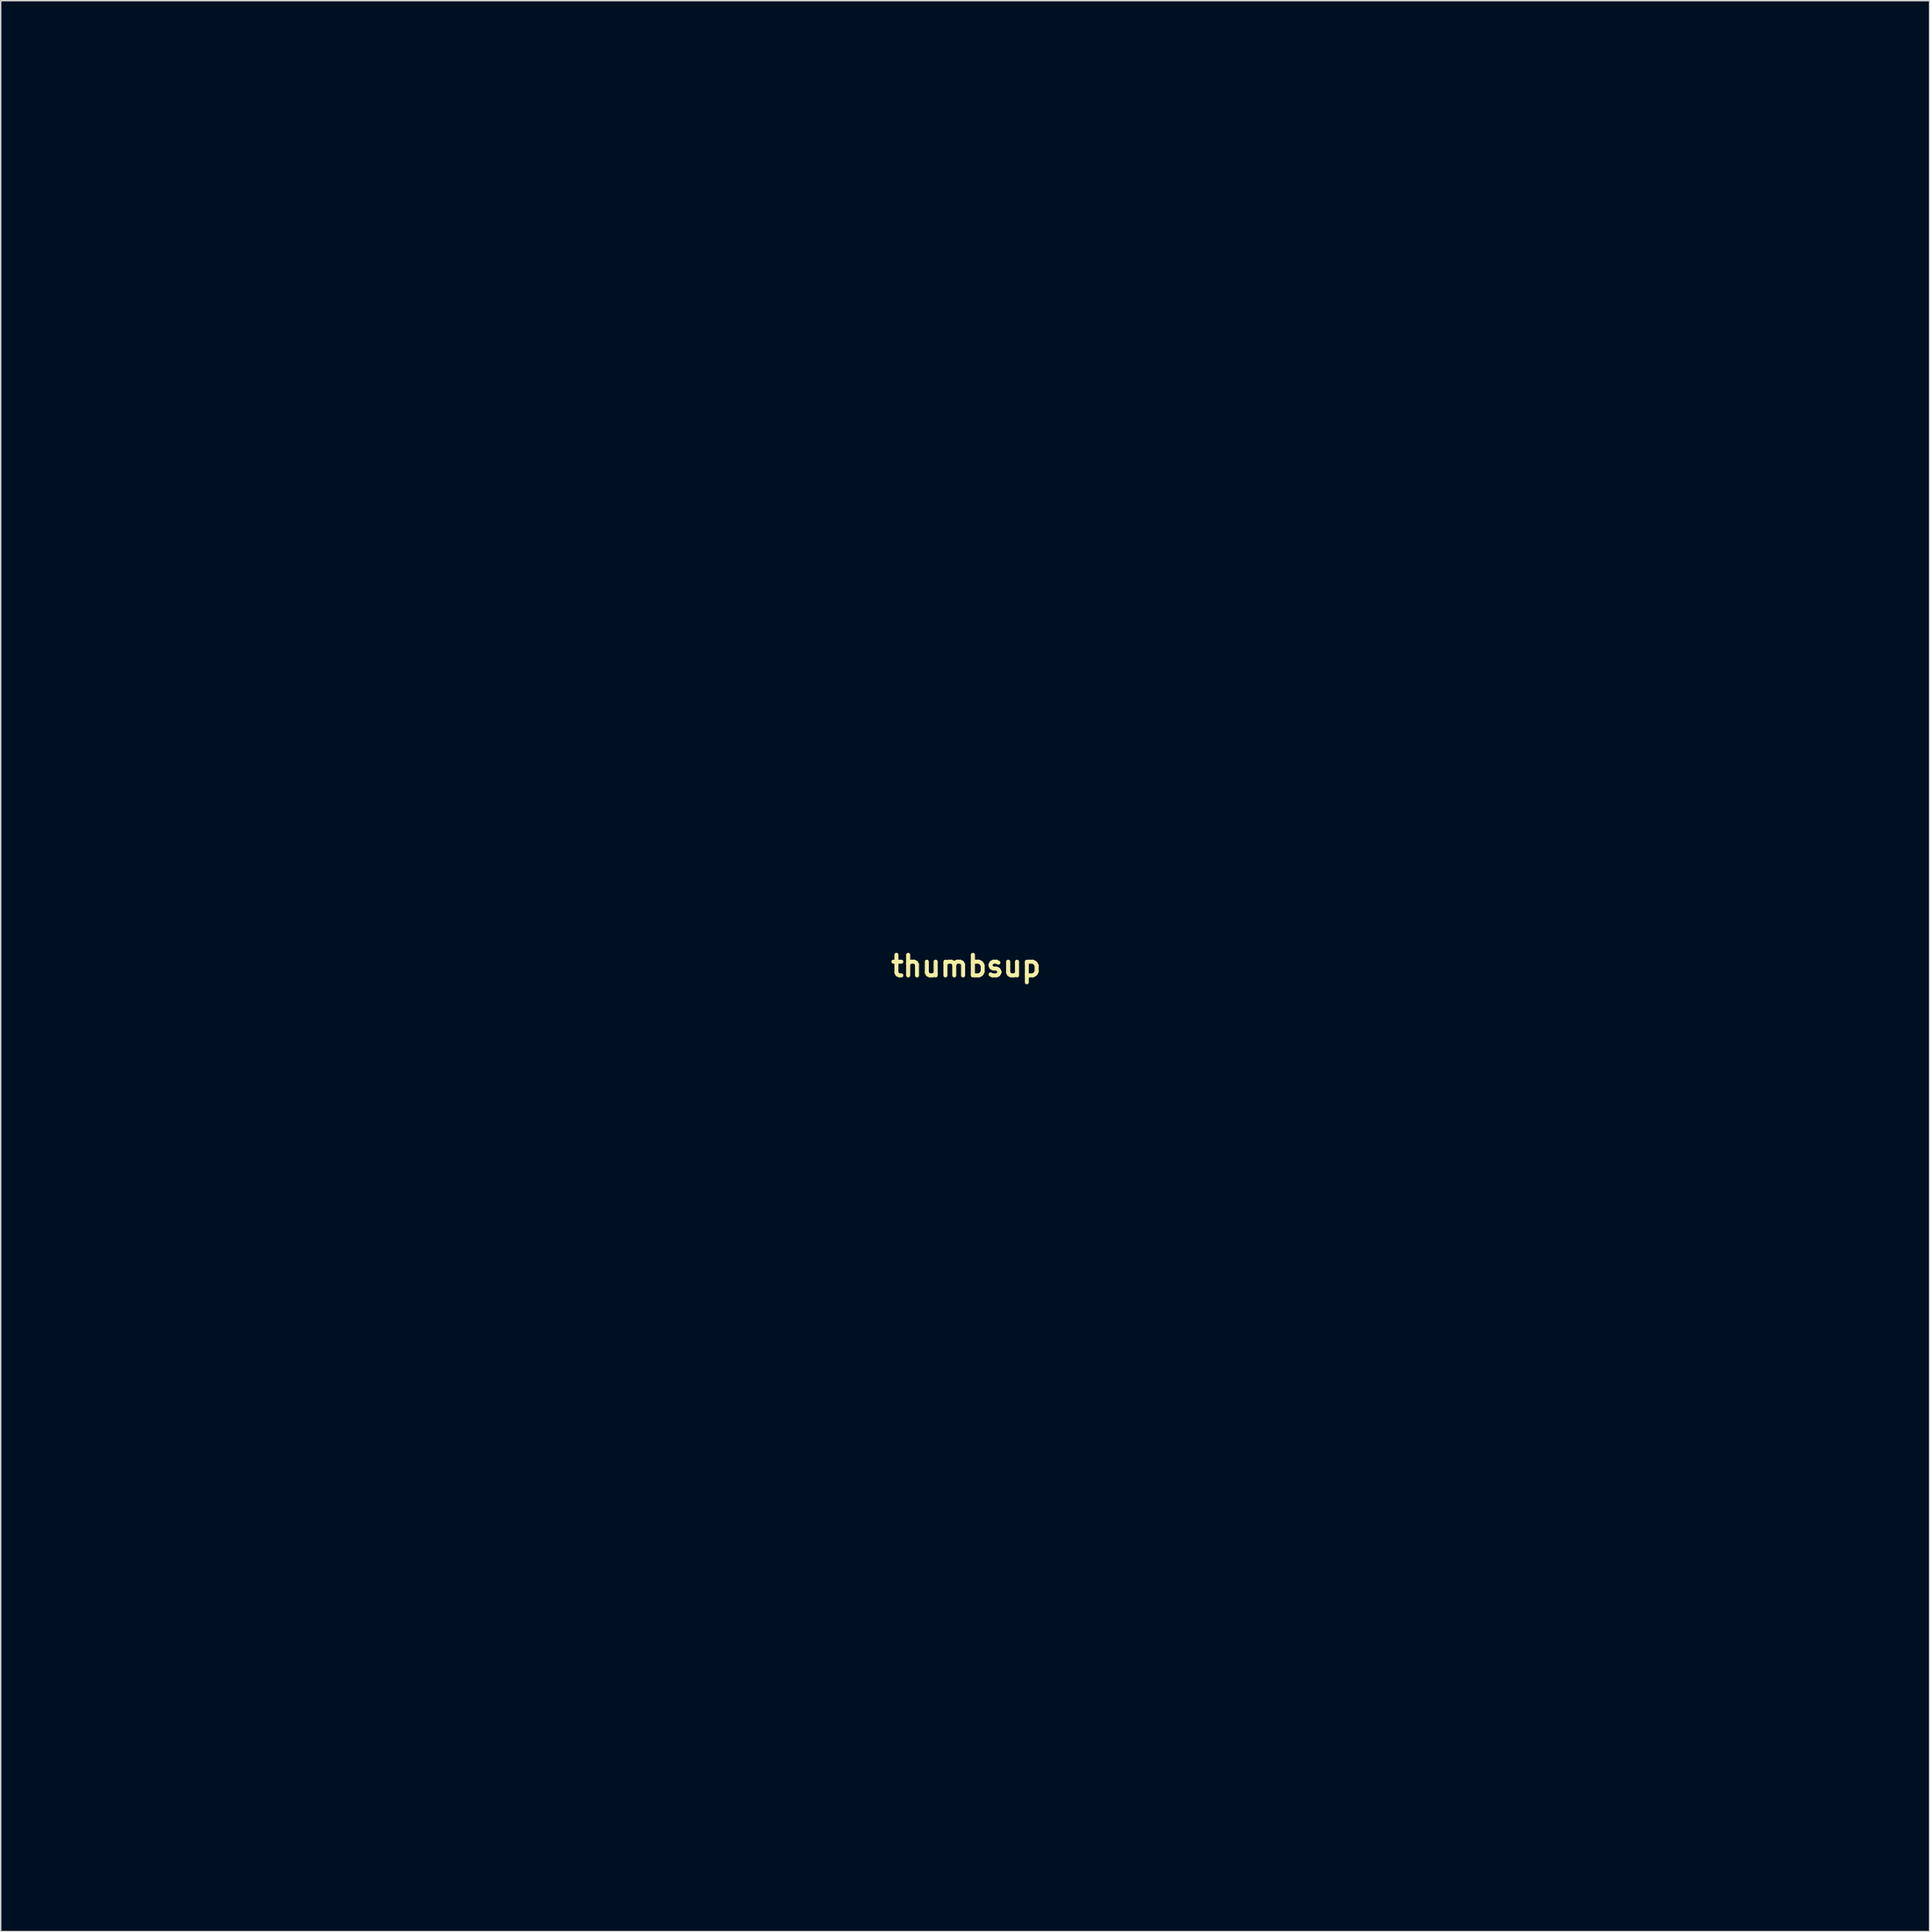
<source format=kicad_pcb>
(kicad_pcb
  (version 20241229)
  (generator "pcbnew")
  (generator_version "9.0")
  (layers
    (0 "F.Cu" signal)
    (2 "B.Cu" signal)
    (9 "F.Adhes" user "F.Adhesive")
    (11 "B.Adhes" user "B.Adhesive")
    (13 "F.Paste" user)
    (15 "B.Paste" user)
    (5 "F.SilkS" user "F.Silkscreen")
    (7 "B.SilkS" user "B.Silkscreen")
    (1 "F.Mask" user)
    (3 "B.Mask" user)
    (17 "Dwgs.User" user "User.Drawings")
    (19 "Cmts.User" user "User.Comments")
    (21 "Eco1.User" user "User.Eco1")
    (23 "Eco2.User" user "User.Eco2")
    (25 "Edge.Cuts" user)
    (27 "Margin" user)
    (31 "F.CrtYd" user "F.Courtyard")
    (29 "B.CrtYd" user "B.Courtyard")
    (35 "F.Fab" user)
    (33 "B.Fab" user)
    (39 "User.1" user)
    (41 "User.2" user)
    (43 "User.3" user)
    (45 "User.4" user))
  (footprint "thumbsup"
    (layer "F.Cu")
    (at 68.451 68.423)
    (property "Reference" "thumbsup" (at 0 0 0) (layer "F.SilkS") (effects (font (size 1.524 1.524) (thickness 0.3))))
    (attr through_hole)
    (fp_poly (pts (xy -47.288 43.011) (xy -45.663 43.678) (xy -44.361 44.74) (xy -43.425 46.154) (xy -42.897 47.879) (xy -42.791 49.196) (xy -43.023 51.081) (xy -43.699 52.72) (xy -44.785 54.06) (xy -46.247 55.048) (xy -46.58 55.198) (xy -47.786 55.507) (xy -49.234 55.599) (xy -50.687 55.478) (xy -51.907 55.147) (xy -52.003 55.105) (xy -53.523 54.126) (xy -54.646 52.804) (xy -55.348 51.177) (xy -55.606 49.286) (xy -55.607 49.138) (xy -55.602 49.104) (xy -51.067 49.104) (xy -50.842 50.072) (xy -50.233 50.76) (xy -49.343 51.062) (xy -49.196 51.067) (xy -48.411 50.886) (xy -47.859 50.533) (xy -47.389 49.746) (xy -47.353 48.893) (xy -47.69 48.112) (xy -48.342 47.543) (xy -49.242 47.324) (xy -50.213 47.536) (xy -50.839 48.137) (xy -51.067 49.076) (xy -51.067 49.104) (xy -55.602 49.104) (xy -55.366 47.245) (xy -54.689 45.63) (xy -53.618 44.335) (xy -52.198 43.404) (xy -50.472 42.88) (xy -49.196 42.779) (xy -47.288 43.011)) (stroke (width 0.01) (type solid)) (fill no) (layer "Eco2.User"))
    (fp_poly (pts (xy 2.213 -68.305) (xy 3.358 -68.052) (xy 6.054 -66.998) (xy 8.643 -65.458) (xy 11.091 -63.472) (xy 13.362 -61.084) (xy 15.423 -58.338) (xy 17.237 -55.274) (xy 18.771 -51.936) (xy 19.99 -48.367) (xy 20.272 -47.324) (xy 20.489 -46.453) (xy 20.657 -45.688) (xy 20.782 -44.944) (xy 20.872 -44.135) (xy 20.93 -43.176) (xy 20.965 -41.98) (xy 20.982 -40.463) (xy 20.988 -38.539) (xy 20.988 -37.432) (xy 20.971 -34.641) (xy 20.919 -32.242) (xy 20.835 -30.273) (xy 20.72 -28.774) (xy 20.636 -28.114) (xy 20.487 -27.088) (xy 20.395 -26.284) (xy 20.374 -25.831) (xy 20.386 -25.779) (xy 20.667 -25.75) (xy 21.426 -25.711) (xy 22.605 -25.663) (xy 24.148 -25.609) (xy 25.997 -25.551) (xy 28.096 -25.49) (xy 30.388 -25.428) (xy 31.3 -25.405) (xy 35.868 -25.281) (xy 39.919 -25.15) (xy 43.469 -25.011) (xy 46.537 -24.864) (xy 49.139 -24.707) (xy 51.293 -24.539) (xy 53.016 -24.36) (xy 54.083 -24.21) (xy 57.169 -23.469) (xy 59.963 -22.315) (xy 62.433 -20.767) (xy 64.548 -18.845) (xy 66.28 -16.567) (xy 66.394 -16.382) (xy 67.075 -15.185) (xy 67.577 -14.092) (xy 67.925 -12.984) (xy 68.146 -11.741) (xy 68.266 -10.244) (xy 68.31 -8.375) (xy 68.313 -7.62) (xy 68.275 -5.439) (xy 68.144 -3.668) (xy 67.89 -2.184) (xy 67.483 -0.867) (xy 66.895 0.404) (xy 66.096 1.751) (xy 66.033 1.85) (xy 64.99 3.464) (xy 65.688 5.275) (xy 66.217 7.161) (xy 66.508 9.366) (xy 66.557 11.723) (xy 66.355 14.07) (xy 66.065 15.608) (xy 65.339 18.023) (xy 64.352 20.374) (xy 63.184 22.492) (xy 62.193 23.881) (xy 60.924 25.436) (xy 61.343 27.106) (xy 61.725 29.594) (xy 61.674 32.313) (xy 61.188 35.284) (xy 60.265 38.531) (xy 60.016 39.25) (xy 59.154 41.421) (xy 58.23 43.215) (xy 57.149 44.787) (xy 55.815 46.295) (xy 55.583 46.53) (xy 53.816 48.294) (xy 54.051 50.012) (xy 54.146 52.136) (xy 53.854 54.409) (xy 53.163 56.915) (xy 52.933 57.567) (xy 51.664 60.371) (xy 50.047 62.773) (xy 48.088 64.769) (xy 45.792 66.351) (xy 45.183 66.673) (xy 44.497 67.013) (xy 43.864 67.308) (xy 43.243 67.56) (xy 42.591 67.773) (xy 41.866 67.949) (xy 41.027 68.092) (xy 40.032 68.205) (xy 38.838 68.29) (xy 37.404 68.351) (xy 35.687 68.391) (xy 33.646 68.412) (xy 31.239 68.417) (xy 28.423 68.41) (xy 25.156 68.394) (xy 21.398 68.371) (xy 21.36 68.371) (xy 17.583 68.346) (xy 14.287 68.32) (xy 11.419 68.29) (xy 8.926 68.251) (xy 6.754 68.201) (xy 4.849 68.137) (xy 3.159 68.055) (xy 1.629 67.953) (xy 0.206 67.826) (xy -1.162 67.671) (xy -2.53 67.487) (xy -3.951 67.268) (xy -5.478 67.011) (xy -7.166 66.715) (xy -7.872 66.589) (xy -8.936 66.383) (xy -10.411 66.077) (xy -12.219 65.688) (xy -14.278 65.235) (xy -16.509 64.736) (xy -18.832 64.209) (xy -21.167 63.673) (xy -23.434 63.146) (xy -25.554 62.647) (xy -27.446 62.193) (xy -29.03 61.802) (xy -30.226 61.494) (xy -30.784 61.34) (xy -31.202 61.454) (xy -31.703 62.046) (xy -31.896 62.355) (xy -33.054 63.927) (xy -34.585 65.428) (xy -36.333 66.716) (xy -37.417 67.326) (xy -39.407 68.313) (xy -48.78 68.372) (xy -51.305 68.385) (xy -53.357 68.39) (xy -54.996 68.383) (xy -56.285 68.362) (xy -57.283 68.324) (xy -58.054 68.267) (xy -58.658 68.189) (xy -59.156 68.087) (xy -59.609 67.958) (xy -59.687 67.934) (xy -61.938 66.934) (xy -63.974 65.5) (xy -65.717 63.709) (xy -67.092 61.64) (xy -68.022 59.374) (xy -68.083 59.126) (xy -68.137 58.797) (xy -68.186 58.361) (xy -68.229 57.791) (xy -68.268 57.059) (xy -68.302 56.14) (xy -68.331 55.005) (xy -68.356 53.629) (xy -68.377 51.984) (xy -68.395 50.043) (xy -68.41 47.779) (xy -68.421 45.165) (xy -68.43 42.175) (xy -68.437 38.781) (xy -68.442 34.956) (xy -68.444 30.674) (xy -68.446 25.908) (xy -68.446 21.365) (xy -68.446 16.203) (xy -68.445 11.548) (xy -68.443 7.373) (xy -68.442 6.415) (xy -59.856 6.415) (xy -59.855 10.157) (xy -59.852 14.098) (xy -59.846 18.206) (xy -59.838 22.446) (xy -59.837 22.593) (xy -59.825 27.551) (xy -59.814 32.002) (xy -59.803 35.975) (xy -59.792 39.498) (xy -59.779 42.598) (xy -59.765 45.305) (xy -59.75 47.645) (xy -59.732 49.648) (xy -59.711 51.341) (xy -59.687 52.752) (xy -59.659 53.91) (xy -59.627 54.843) (xy -59.59 55.579) (xy -59.547 56.146) (xy -59.499 56.572) (xy -59.444 56.885) (xy -59.383 57.113) (xy -59.314 57.286) (xy -59.238 57.429) (xy -59.222 57.456) (xy -58.225 58.669) (xy -56.939 59.455) (xy -56.382 59.632) (xy -55.871 59.692) (xy -54.909 59.741) (xy -53.58 59.779) (xy -51.969 59.803) (xy -50.158 59.812) (xy -48.661 59.806) (xy -46.555 59.788) (xy -44.915 59.765) (xy -43.669 59.731) (xy -42.749 59.682) (xy -42.085 59.611) (xy -41.607 59.514) (xy -41.246 59.385) (xy -40.935 59.222) (xy -39.733 58.24) (xy -38.967 56.953) (xy -38.757 56.26) (xy -38.723 55.846) (xy -38.691 54.937) (xy -38.662 53.571) (xy -38.636 51.79) (xy -38.612 49.631) (xy -38.591 47.134) (xy -38.572 44.34) (xy -38.556 41.286) (xy -38.543 38.014) (xy -38.532 34.561) (xy -38.524 30.968) (xy -38.519 27.274) (xy -38.516 23.518) (xy -38.516 19.74) (xy -38.519 15.979) (xy -38.524 12.275) (xy -38.526 10.93) (xy -34.026 10.93) (xy -34.023 14.744) (xy -34.017 18.702) (xy -34.014 19.852) (xy -33.938 49.998) (xy -33.025 50.91) (xy -32.737 51.187) (xy -32.436 51.43) (xy -32.072 51.656) (xy -31.595 51.878) (xy -30.953 52.113) (xy -30.098 52.377) (xy -28.978 52.684) (xy -27.543 53.05) (xy -25.743 53.49) (xy -23.528 54.02) (xy -20.847 54.655) (xy -20.587 54.716) (xy -16.672 55.633) (xy -13.149 56.435) (xy -9.95 57.13) (xy -7.005 57.724) (xy -4.248 58.225) (xy -1.609 58.641) (xy 0.979 58.979) (xy 3.586 59.246) (xy 6.28 59.451) (xy 9.128 59.6) (xy 12.2 59.701) (xy 15.564 59.761) (xy 19.287 59.788) (xy 23.439 59.789) (xy 25.935 59.781) (xy 28.905 59.769) (xy 31.389 59.756) (xy 33.439 59.74) (xy 35.102 59.72) (xy 36.429 59.692) (xy 37.47 59.654) (xy 38.274 59.605) (xy 38.891 59.542) (xy 39.37 59.463) (xy 39.762 59.366) (xy 40.115 59.247) (xy 40.419 59.13) (xy 42.036 58.217) (xy 43.372 56.862) (xy 44.432 55.058) (xy 45.201 52.879) (xy 45.339 51.491) (xy 45.064 50.113) (xy 44.437 48.882) (xy 43.517 47.93) (xy 42.82 47.536) (xy 42.31 47.428) (xy 41.379 47.324) (xy 40.139 47.232) (xy 38.703 47.163) (xy 37.966 47.14) (xy 36.486 47.095) (xy 35.156 47.041) (xy 34.087 46.984) (xy 33.389 46.929) (xy 33.213 46.904) (xy 32.651 46.555) (xy 32.163 45.852) (xy 32.161 45.847) (xy 31.889 45.186) (xy 31.879 44.69) (xy 32.131 44.053) (xy 32.161 43.989) (xy 32.653 43.279) (xy 33.213 42.937) (xy 33.663 42.891) (xy 34.554 42.837) (xy 35.79 42.78) (xy 37.279 42.723) (xy 38.927 42.672) (xy 39.036 42.669) (xy 41.441 42.579) (xy 43.388 42.447) (xy 44.952 42.259) (xy 46.21 42.002) (xy 47.238 41.661) (xy 48.111 41.224) (xy 48.52 40.96) (xy 49.599 40.033) (xy 50.505 38.835) (xy 51.297 37.271) (xy 51.891 35.685) (xy 52.559 33.359) (xy 52.868 31.399) (xy 52.819 29.774) (xy 52.409 28.45) (xy 51.638 27.397) (xy 51.588 27.348) (xy 51.06 26.897) (xy 50.497 26.545) (xy 49.824 26.278) (xy 48.965 26.081) (xy 47.846 25.941) (xy 46.39 25.842) (xy 44.524 25.771) (xy 43.08 25.734) (xy 41.015 25.68) (xy 39.423 25.613) (xy 38.242 25.513) (xy 37.412 25.359) (xy 36.871 25.132) (xy 36.557 24.811) (xy 36.408 24.376) (xy 36.364 23.808) (xy 36.362 23.528) (xy 36.375 22.933) (xy 36.453 22.464) (xy 36.652 22.105) (xy 37.032 21.839) (xy 37.649 21.65) (xy 38.561 21.521) (xy 39.826 21.436) (xy 41.502 21.378) (xy 43.646 21.33) (xy 44.016 21.322) (xy 46.363 21.267) (xy 48.247 21.196) (xy 49.742 21.095) (xy 50.919 20.949) (xy 51.852 20.743) (xy 52.612 20.464) (xy 53.272 20.097) (xy 53.905 19.627) (xy 54.337 19.259) (xy 55.59 17.855) (xy 56.584 16.143) (xy 57.29 14.24) (xy 57.678 12.264) (xy 57.72 10.335) (xy 57.386 8.57) (xy 57.118 7.887) (xy 56.556 6.839) (xy 55.938 6.1) (xy 55.1 5.516) (xy 54.132 5.041) (xy 53.637 4.838) (xy 53.121 4.684) (xy 52.499 4.569) (xy 51.684 4.485) (xy 50.593 4.423) (xy 49.138 4.374) (xy 47.234 4.329) (xy 47.223 4.329) (xy 45.181 4.279) (xy 43.612 4.214) (xy 42.452 4.114) (xy 41.642 3.957) (xy 41.117 3.722) (xy 40.817 3.39) (xy 40.679 2.94) (xy 40.641 2.35) (xy 40.64 2.139) (xy 40.656 1.528) (xy 40.744 1.052) (xy 40.963 0.691) (xy 41.373 0.427) (xy 42.035 0.242) (xy 43.008 0.117) (xy 44.351 0.033) (xy 46.125 -0.028) (xy 47.753 -0.069) (xy 50.126 -0.14) (xy 52.037 -0.233) (xy 53.556 -0.367) (xy 54.757 -0.556) (xy 55.71 -0.817) (xy 56.489 -1.164) (xy 57.164 -1.615) (xy 57.808 -2.185) (xy 57.935 -2.31) (xy 58.631 -3.107) (xy 59.114 -3.953) (xy 59.42 -4.966) (xy 59.586 -6.269) (xy 59.647 -7.981) (xy 59.647 -7.995) (xy 59.642 -9.236) (xy 59.574 -10.126) (xy 59.407 -10.845) (xy 59.11 -11.577) (xy 58.913 -11.981) (xy 58.174 -13.152) (xy 57.205 -14.106) (xy 55.948 -14.87) (xy 54.344 -15.473) (xy 52.332 -15.942) (xy 49.855 -16.306) (xy 49.669 -16.327) (xy 48.988 -16.377) (xy 47.823 -16.43) (xy 46.222 -16.484) (xy 44.236 -16.538) (xy 41.915 -16.593) (xy 39.309 -16.645) (xy 36.467 -16.695) (xy 33.439 -16.741) (xy 30.276 -16.782) (xy 28.016 -16.807) (xy 24.862 -16.841) (xy 21.866 -16.878) (xy 19.07 -16.917) (xy 16.516 -16.956) (xy 14.248 -16.995) (xy 12.308 -17.034) (xy 10.74 -17.071) (xy 9.585 -17.106) (xy 8.886 -17.138) (xy 8.684 -17.162) (xy 8.707 -17.456) (xy 8.871 -18.174) (xy 9.152 -19.228) (xy 9.528 -20.533) (xy 9.881 -21.694) (xy 10.546 -23.877) (xy 11.068 -25.705) (xy 11.464 -27.296) (xy 11.75 -28.768) (xy 11.945 -30.24) (xy 12.067 -31.83) (xy 12.131 -33.655) (xy 12.156 -35.835) (xy 12.16 -37.164) (xy 12.158 -39.247) (xy 12.145 -40.88) (xy 12.115 -42.15) (xy 12.062 -43.142) (xy 11.98 -43.941) (xy 11.862 -44.634) (xy 11.703 -45.305) (xy 11.552 -45.854) (xy 10.701 -48.355) (xy 9.649 -50.7) (xy 8.433 -52.85) (xy 7.092 -54.769) (xy 5.664 -56.421) (xy 4.186 -57.769) (xy 2.698 -58.776) (xy 1.237 -59.405) (xy -0.159 -59.621) (xy -1.452 -59.386) (xy -2.152 -59.021) (xy -2.849 -58.481) (xy -3.364 -57.874) (xy -3.732 -57.105) (xy -3.988 -56.077) (xy -4.165 -54.694) (xy -4.285 -53.109) (xy -4.72 -48.616) (xy -5.459 -44.466) (xy -6.53 -40.546) (xy -7.963 -36.741) (xy -8.931 -34.624) (xy -11.088 -30.681) (xy -13.539 -27.159) (xy -16.329 -24.007) (xy -19.504 -21.172) (xy -22.361 -19.09) (xy -23.656 -18.278) (xy -25.181 -17.405) (xy -26.798 -16.542) (xy -28.372 -15.758) (xy -29.766 -15.123) (xy -30.832 -14.714) (xy -32.06 -14.078) (xy -33.071 -13.102) (xy -33.73 -11.926) (xy -33.864 -11.446) (xy -33.893 -11.03) (xy -33.92 -10.114) (xy -33.944 -8.735) (xy -33.965 -6.927) (xy -33.984 -4.727) (xy -33.999 -2.168) (xy -34.011 0.712) (xy -34.02 3.879) (xy -34.025 7.296) (xy -34.026 10.93) (xy -38.526 10.93) (xy -38.531 8.667) (xy -38.542 5.194) (xy -38.555 1.896) (xy -38.57 -1.187) (xy -38.588 -4.017) (xy -38.609 -6.553) (xy -38.633 -8.757) (xy -38.659 -10.589) (xy -38.687 -12.009) (xy -38.719 -12.979) (xy -38.753 -13.458) (xy -38.757 -13.481) (xy -39.334 -14.918) (xy -40.335 -16.034) (xy -40.935 -16.443) (xy -41.235 -16.602) (xy -41.576 -16.726) (xy -42.024 -16.82) (xy -42.645 -16.887) (xy -43.506 -16.932) (xy -44.674 -16.959) (xy -46.215 -16.973) (xy -48.195 -16.978) (xy -49.196 -16.978) (xy -51.382 -16.976) (xy -53.101 -16.967) (xy -54.419 -16.946) (xy -55.402 -16.91) (xy -56.117 -16.853) (xy -56.632 -16.772) (xy -57.012 -16.662) (xy -57.326 -16.518) (xy -57.483 -16.429) (xy -58.653 -15.445) (xy -59.426 -14.115) (xy -59.753 -12.753) (xy -59.773 -12.316) (xy -59.791 -11.377) (xy -59.807 -9.97) (xy -59.821 -8.129) (xy -59.832 -5.888) (xy -59.842 -3.279) (xy -59.849 -0.337) (xy -59.854 2.906) (xy -59.856 6.415) (xy -68.442 6.415) (xy -68.44 3.65) (xy -68.435 0.351) (xy -68.427 -2.551) (xy -68.418 -5.084) (xy -68.405 -7.275) (xy -68.389 -9.152) (xy -68.37 -10.742) (xy -68.346 -12.074) (xy -68.318 -13.174) (xy -68.286 -14.071) (xy -68.248 -14.791) (xy -68.205 -15.363) (xy -68.156 -15.814) (xy -68.101 -16.171) (xy -68.04 -16.463) (xy -67.971 -16.717) (xy -67.94 -16.82) (xy -66.963 -19.088) (xy -65.548 -21.137) (xy -63.77 -22.893) (xy -61.705 -24.281) (xy -59.427 -25.228) (xy -59.374 -25.243) (xy -58.873 -25.365) (xy -58.251 -25.462) (xy -57.447 -25.536) (xy -56.401 -25.591) (xy -55.05 -25.628) (xy -53.335 -25.65) (xy -51.193 -25.661) (xy -49.214 -25.662) (xy -46.817 -25.659) (xy -44.889 -25.651) (xy -43.365 -25.634) (xy -42.178 -25.605) (xy -41.264 -25.559) (xy -40.556 -25.492) (xy -39.989 -25.401) (xy -39.497 -25.281) (xy -39.015 -25.128) (xy -38.74 -25.033) (xy -37.59 -24.559) (xy -36.427 -23.974) (xy -35.692 -23.527) (xy -34.41 -22.645) (xy -31.844 -23.915) (xy -28.106 -26.015) (xy -24.809 -28.403) (xy -21.931 -31.102) (xy -19.451 -34.132) (xy -17.348 -37.514) (xy -16.859 -38.455) (xy -15.593 -41.422) (xy -14.554 -44.808) (xy -13.739 -48.632) (xy -13.141 -52.917) (xy -12.879 -55.801) (xy -12.758 -57.259) (xy -12.621 -58.34) (xy -12.432 -59.205) (xy -12.156 -60.012) (xy -11.756 -60.92) (xy -11.672 -61.098) (xy -10.313 -63.352) (xy -8.555 -65.259) (xy -6.423 -66.789) (xy -5.433 -67.309) (xy -4.359 -67.793) (xy -3.481 -68.098) (xy -2.591 -68.274) (xy -1.48 -68.369) (xy -0.775 -68.402) (xy 0.889 -68.418) (xy 2.213 -68.305)) (stroke (width 0.01) (type solid)) (fill no) (layer "Eco2.User")))
  (gr_rect
    (start -3 -3)
    (end 139.769 139.846)
    (stroke (width 0.1) (type default))
    (fill no)
    (layer "Edge.Cuts")))
</source>
